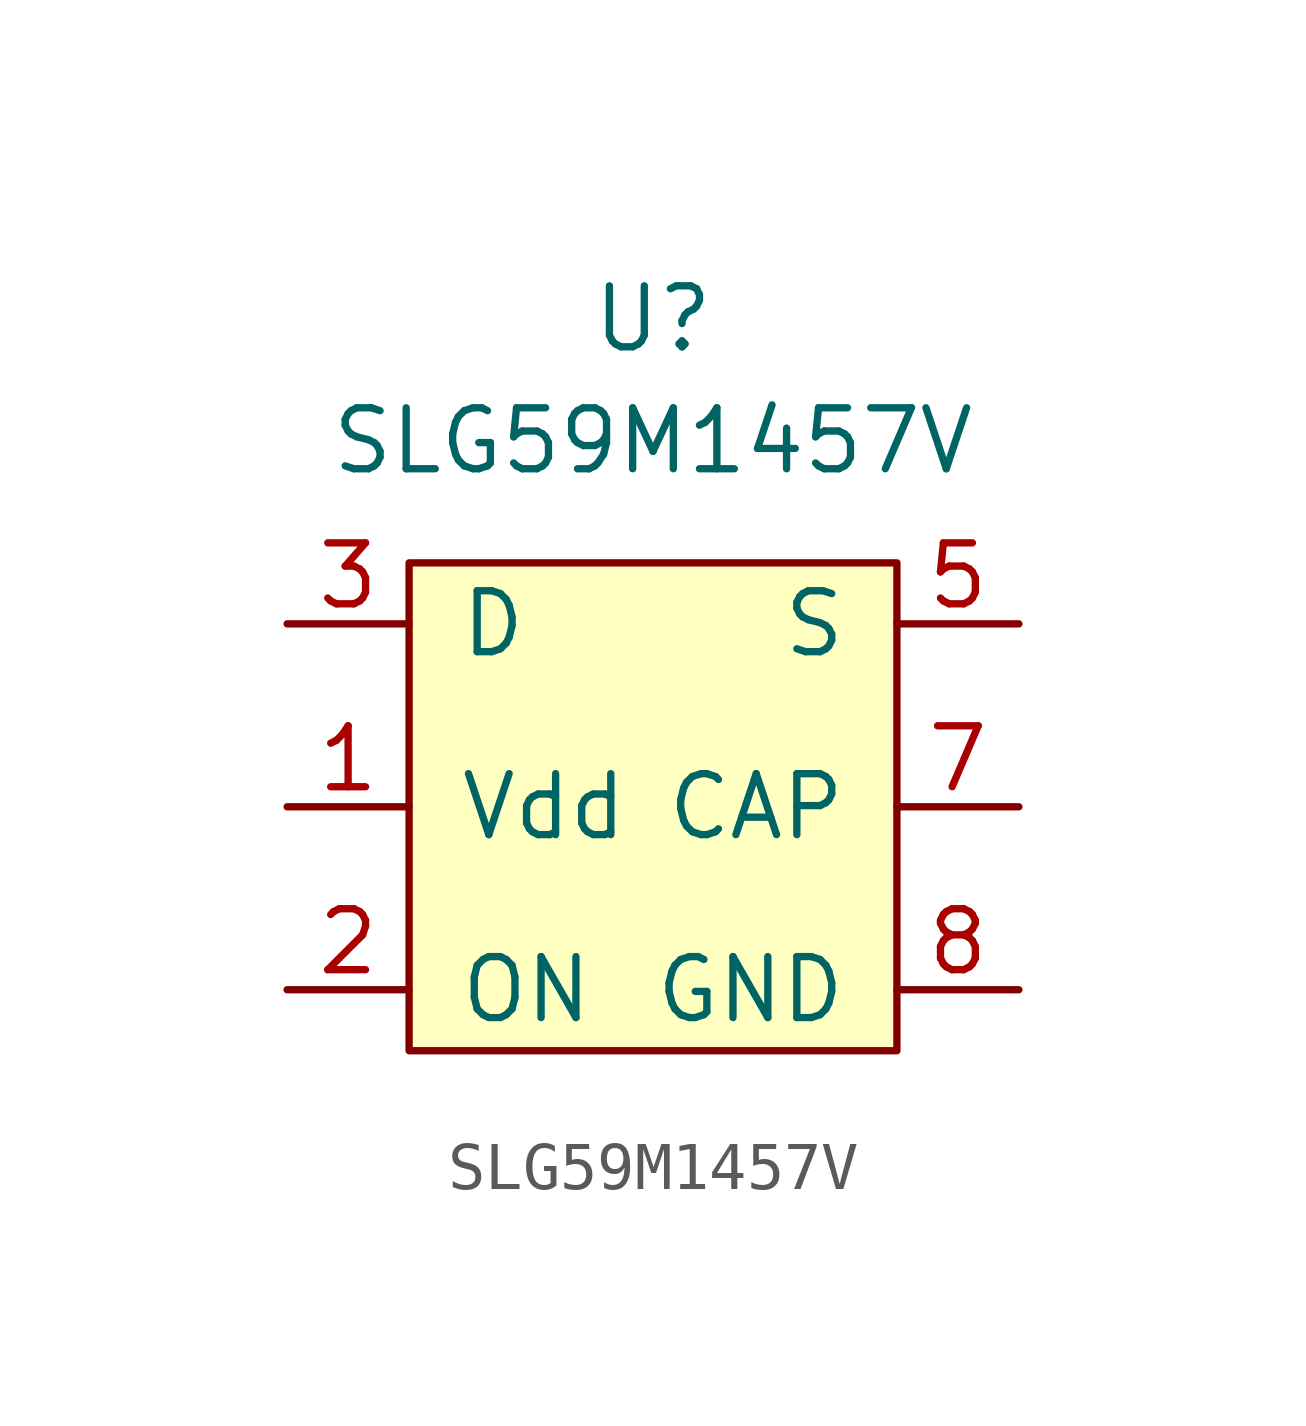
<source format=kicad_sym>
(kicad_symbol_lib
  (version 20211014)
  (generator kicad_symbol_editor)
  (symbol "SLG59M1457V"
    (pin_names
      (offset 1.016))
    (property "Reference" "U"
      (at 0 10.16 0)
      (effects (font (size 1.27 1.27))))
    (property "Value" "SLG59M1457V"
      (at 0 7.62 0)
      (effects (font (size 1.27 1.27))))
    (symbol "SLG59M1457V_0_0"
      (pin power_in line (at -7.62 0 0) (length 2.54) (name "Vdd" (effects (font (size 1.27 1.27)))) (number "1" (effects (font (size 1.27 1.27)))))
      (pin input line (at -7.62 -3.81 0) (length 2.54) (name "ON" (effects (font (size 1.27 1.27)))) (number "2" (effects (font (size 1.27 1.27)))))
      (pin passive line (at -7.62 3.81 0) (length 2.54) (name "D" (effects (font (size 1.27 1.27)))) (number "3" (effects (font (size 1.27 1.27)))))
      (pin passive line (at -7.62 3.81 0) (length 2.54) hide (name "D" (effects (font (size 1.27 1.27)))) (number "4" (effects (font (size 1.27 1.27)))))
      (pin passive line (at 7.62 3.81 180) (length 2.54) (name "S" (effects (font (size 1.27 1.27)))) (number "5" (effects (font (size 1.27 1.27)))))
      (pin passive line (at 7.62 3.81 180) (length 2.54) hide (name "S" (effects (font (size 1.27 1.27)))) (number "6" (effects (font (size 1.27 1.27)))))
      (pin passive line (at 7.62 0 180) (length 2.54) (name "CAP" (effects (font (size 1.27 1.27)))) (number "7" (effects (font (size 1.27 1.27)))))
      (pin power_in line (at 7.62 -3.81 180) (length 2.54) (name "GND" (effects (font (size 1.27 1.27)))) (number "8" (effects (font (size 1.27 1.27))))))
    (symbol "SLG59M1457V_0_1"
      (rectangle (start -5.08 5.08) (end 5.08 -5.08) (stroke (width 0) (type default) (color 0 0 0 0)) (fill (type background))))))
</source>
